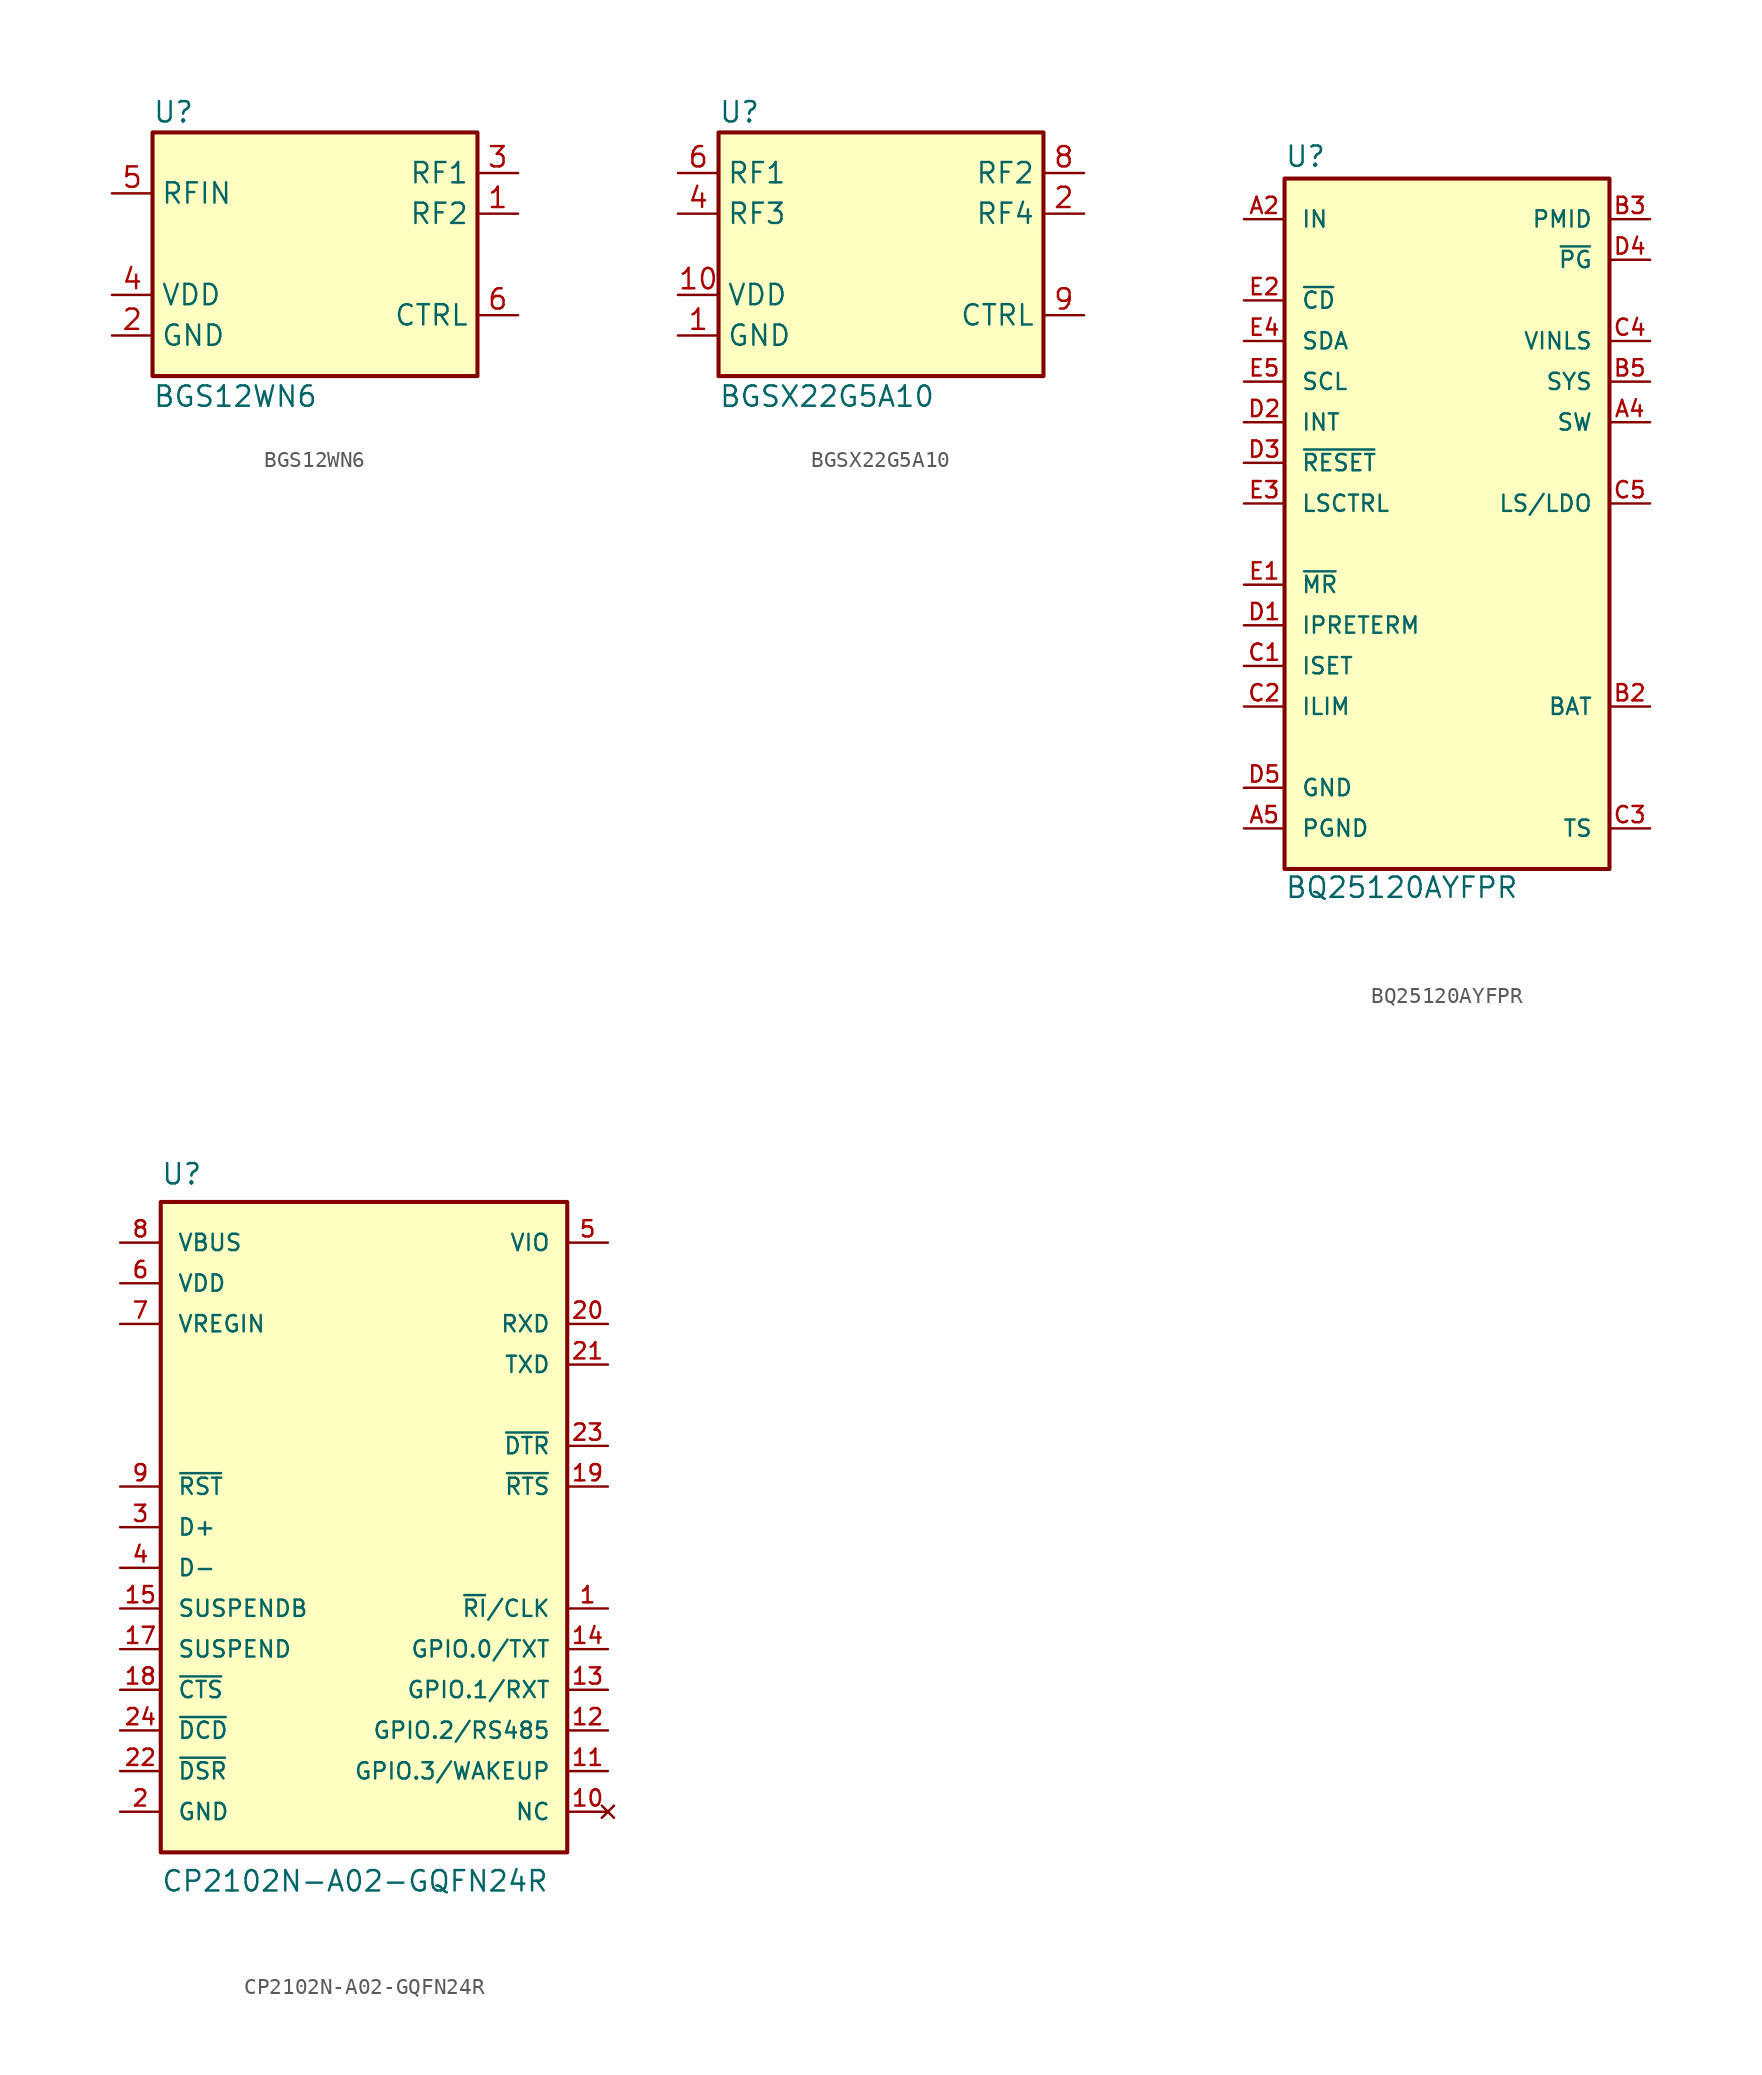
<source format=kicad_sym>
(kicad_symbol_lib
  (version 20241209)
  (generator "kicad_symbol_editor")
  (generator_version "9.0")
  (symbol "BGS12WN6"
    (property "Reference" "U"
      (at -10.16 8.89 0)
      (do_not_autoplace)
      (effects (font (size 1.27 1.27)) (justify left)))
    (property "Value" "BGS12WN6"
      (at -10.16 -8.89 0)
      (do_not_autoplace)
      (effects (font (size 1.27 1.27)) (justify left)))
    (symbol "BGS12WN6_0_0"
      (rectangle (start -10.16 7.62) (end 10.16 -7.62) (stroke (width 0.254) (type default)) (fill (type background))))
    (symbol "BGS12WN6_1_1"
      (pin bidirectional line (at -12.7 3.81 0) (length 2.54) (name "RFIN" (effects (font (size 1.27 1.27)))) (number "5" (effects (font (size 1.27 1.27)))))
      (pin power_in line (at -12.7 -2.54 0) (length 2.54) (name "VDD" (effects (font (size 1.27 1.27)))) (number "4" (effects (font (size 1.27 1.27)))))
      (pin passive line (at -12.7 -5.08 0) (length 2.54) (name "GND" (effects (font (size 1.27 1.27)))) (number "2" (effects (font (size 1.27 1.27)))))
      (pin bidirectional line (at 12.7 5.08 180) (length 2.54) (name "RF1" (effects (font (size 1.27 1.27)))) (number "3" (effects (font (size 1.27 1.27)))))
      (pin bidirectional line (at 12.7 2.54 180) (length 2.54) (name "RF2" (effects (font (size 1.27 1.27)))) (number "1" (effects (font (size 1.27 1.27)))))
      (pin input line (at 12.7 -3.81 180) (length 2.54) (name "CTRL" (effects (font (size 1.27 1.27)))) (number "6" (effects (font (size 1.27 1.27)))))))
  (symbol "BGSX22G5A10"
    (property "Reference" "U"
      (at -10.16 8.89 0)
      (do_not_autoplace)
      (effects (font (size 1.27 1.27)) (justify left)))
    (property "Value" "BGSX22G5A10"
      (at -10.16 -8.89 0)
      (do_not_autoplace)
      (effects (font (size 1.27 1.27)) (justify left)))
    (symbol "BGSX22G5A10_0_0"
      (rectangle (start -10.16 7.62) (end 10.16 -7.62) (stroke (width 0.254) (type default)) (fill (type background))))
    (symbol "BGSX22G5A10_1_1"
      (pin bidirectional line (at -12.7 5.08 0) (length 2.54) (name "RF1" (effects (font (size 1.27 1.27)))) (number "6" (effects (font (size 1.27 1.27)))))
      (pin bidirectional line (at -12.7 2.54 0) (length 2.54) (name "RF3" (effects (font (size 1.27 1.27)))) (number "4" (effects (font (size 1.27 1.27)))))
      (pin power_in line (at -12.7 -2.54 0) (length 2.54) (name "VDD" (effects (font (size 1.27 1.27)))) (number "10" (effects (font (size 1.27 1.27)))))
      (pin passive line (at -12.7 -5.08 0) (length 2.54) (name "GND" (effects (font (size 1.27 1.27)))) (number "1" (effects (font (size 1.27 1.27)))))
      (pin passive line (at -12.7 -5.08 0) (length 2.54) (hide yes) (name "GND" (effects (font (size 1.27 1.27)))) (number "3" (effects (font (size 1.27 1.27)))))
      (pin passive line (at -12.7 -5.08 0) (length 2.54) (hide yes) (name "GND" (effects (font (size 1.27 1.27)))) (number "5" (effects (font (size 1.27 1.27)))))
      (pin passive line (at -12.7 -5.08 0) (length 2.54) (hide yes) (name "GND" (effects (font (size 1.27 1.27)))) (number "7" (effects (font (size 1.27 1.27)))))
      (pin bidirectional line (at 12.7 5.08 180) (length 2.54) (name "RF2" (effects (font (size 1.27 1.27)))) (number "8" (effects (font (size 1.27 1.27)))))
      (pin bidirectional line (at 12.7 2.54 180) (length 2.54) (name "RF4" (effects (font (size 1.27 1.27)))) (number "2" (effects (font (size 1.27 1.27)))))
      (pin input line (at 12.7 -3.81 180) (length 2.54) (name "CTRL" (effects (font (size 1.27 1.27)))) (number "9" (effects (font (size 1.27 1.27)))))))
  (symbol "BQ25120AYFPR"
    (pin_names
      (offset 1.016))
    (property "Reference" "U"
      (at -10.16 22.225 0)
      (effects (font (size 1.27 1.27)) (justify left bottom)))
    (property "Value" "BQ25120AYFPR"
      (at -10.16 -23.495 0)
      (effects (font (size 1.27 1.27)) (justify left bottom)))
    (symbol "BQ25120AYFPR_0_0"
      (rectangle (start -10.16 21.59) (end 10.16 -21.59) (stroke (width 0.254) (type default)) (fill (type background)))
      (pin input line (at -12.7 19.05 0) (length 2.54) (name "IN" (effects (font (size 1.016 1.016)))) (number "A2" (effects (font (size 1.016 1.016)))))
      (pin input line (at -12.7 13.97 0) (length 2.54) (name "~{CD}" (effects (font (size 1.016 1.016)))) (number "E2" (effects (font (size 1.016 1.016)))))
      (pin bidirectional line (at -12.7 11.43 0) (length 2.54) (name "SDA" (effects (font (size 1.016 1.016)))) (number "E4" (effects (font (size 1.016 1.016)))))
      (pin output line (at -12.7 6.35 0) (length 2.54) (name "INT" (effects (font (size 1.016 1.016)))) (number "D2" (effects (font (size 1.016 1.016)))))
      (pin output line (at -12.7 3.81 0) (length 2.54) (name "~{RESET}" (effects (font (size 1.016 1.016)))) (number "D3" (effects (font (size 1.016 1.016)))))
      (pin input line (at -12.7 1.27 0) (length 2.54) (name "LSCTRL" (effects (font (size 1.016 1.016)))) (number "E3" (effects (font (size 1.016 1.016)))))
      (pin input line (at -12.7 -3.81 0) (length 2.54) (name "~{MR}" (effects (font (size 1.016 1.016)))) (number "E1" (effects (font (size 1.016 1.016)))))
      (pin input line (at -12.7 -6.35 0) (length 2.54) (name "IPRETERM" (effects (font (size 1.016 1.016)))) (number "D1" (effects (font (size 1.016 1.016)))))
      (pin input line (at -12.7 -8.89 0) (length 2.54) (name "ISET" (effects (font (size 1.016 1.016)))) (number "C1" (effects (font (size 1.016 1.016)))))
      (pin input line (at -12.7 -11.43 0) (length 2.54) (name "ILIM" (effects (font (size 1.016 1.016)))) (number "C2" (effects (font (size 1.016 1.016)))))
      (pin power_in line (at -12.7 -16.51 0) (length 2.54) (hide yes) (name "GND" (effects (font (size 1.016 1.016)))) (number "A1" (effects (font (size 1.016 1.016)))))
      (pin power_in line (at -12.7 -16.51 0) (length 2.54) (name "GND" (effects (font (size 1.016 1.016)))) (number "D5" (effects (font (size 1.016 1.016)))))
      (pin power_in line (at -12.7 -19.05 0) (length 2.54) (name "PGND" (effects (font (size 1.016 1.016)))) (number "A5" (effects (font (size 1.016 1.016)))))
      (pin bidirectional line (at 12.7 19.05 180) (length 2.54) (name "PMID" (effects (font (size 1.016 1.016)))) (number "B3" (effects (font (size 1.016 1.016)))))
      (pin output line (at 12.7 16.51 180) (length 2.54) (name "~{PG}" (effects (font (size 1.016 1.016)))) (number "D4" (effects (font (size 1.016 1.016)))))
      (pin input line (at 12.7 11.43 180) (length 2.54) (hide yes) (name "VINLS" (effects (font (size 1.016 1.016)))) (number "B4" (effects (font (size 1.016 1.016)))))
      (pin input line (at 12.7 11.43 180) (length 2.54) (name "VINLS" (effects (font (size 1.016 1.016)))) (number "C4" (effects (font (size 1.016 1.016)))))
      (pin input line (at 12.7 8.89 180) (length 2.54) (name "SYS" (effects (font (size 1.016 1.016)))) (number "B5" (effects (font (size 1.016 1.016)))))
      (pin output line (at 12.7 6.35 180) (length 2.54) (name "SW" (effects (font (size 1.016 1.016)))) (number "A4" (effects (font (size 1.016 1.016)))))
      (pin output line (at 12.7 1.27 180) (length 2.54) (name "LS/LDO" (effects (font (size 1.016 1.016)))) (number "C5" (effects (font (size 1.016 1.016)))))
      (pin bidirectional line (at 12.7 -11.43 180) (length 2.54) (name "BAT" (effects (font (size 1.016 1.016)))) (number "B2" (effects (font (size 1.016 1.016)))))
      (pin input line (at 12.7 -19.05 180) (length 2.54) (name "TS" (effects (font (size 1.016 1.016)))) (number "C3" (effects (font (size 1.016 1.016))))))
    (symbol "BQ25120AYFPR_1_0"
      (pin bidirectional line (at 12.7 19.05 180) (length 2.54) (hide yes) (name "PMID" (effects (font (size 1.016 1.016)))) (number "A3" (effects (font (size 1.016 1.016)))))
      (pin bidirectional line (at 12.7 -11.43 180) (length 2.54) (hide yes) (name "BAT" (effects (font (size 1.016 1.016)))) (number "B1" (effects (font (size 1.016 1.016))))))
    (symbol "BQ25120AYFPR_1_1"
      (pin input line (at -12.7 8.89 0) (length 2.54) (name "SCL" (effects (font (size 1.016 1.016)))) (number "E5" (effects (font (size 1.016 1.016)))))))
  (symbol "CP2102N-A02-GQFN24R"
    (pin_names
      (offset 1.016))
    (property "Reference" "U"
      (at -12.7 21.32 0)
      (do_not_autoplace)
      (effects (font (size 1.27 1.27)) (justify left bottom)))
    (property "Value" "CP2102N-A02-GQFN24R"
      (at -12.7 -22.86 0)
      (do_not_autoplace)
      (effects (font (size 1.27 1.27)) (justify left bottom)))
    (symbol "CP2102N-A02-GQFN24R_0_0"
      (rectangle (start -12.7 20.32) (end 12.7 -20.32) (stroke (width 0.254) (type default)) (fill (type background)))
      (pin input line (at -15.24 17.78 0) (length 2.54) (name "VBUS" (effects (font (size 1.016 1.016)))) (number "8" (effects (font (size 1.016 1.016)))))
      (pin power_in line (at -15.24 15.24 0) (length 2.54) (name "VDD" (effects (font (size 1.016 1.016)))) (number "6" (effects (font (size 1.016 1.016)))))
      (pin input line (at -15.24 12.7 0) (length 2.54) (name "VREGIN" (effects (font (size 1.016 1.016)))) (number "7" (effects (font (size 1.016 1.016)))))
      (pin bidirectional line (at -15.24 2.54 0) (length 2.54) (name "~{RST}" (effects (font (size 1.016 1.016)))) (number "9" (effects (font (size 1.016 1.016)))))
      (pin bidirectional line (at -15.24 0 0) (length 2.54) (name "D+" (effects (font (size 1.016 1.016)))) (number "3" (effects (font (size 1.016 1.016)))))
      (pin bidirectional line (at -15.24 -2.54 0) (length 2.54) (name "D-" (effects (font (size 1.016 1.016)))) (number "4" (effects (font (size 1.016 1.016)))))
      (pin output line (at -15.24 -5.08 0) (length 2.54) (name "SUSPENDB" (effects (font (size 1.016 1.016)))) (number "15" (effects (font (size 1.016 1.016)))))
      (pin output line (at -15.24 -7.62 0) (length 2.54) (name "SUSPEND" (effects (font (size 1.016 1.016)))) (number "17" (effects (font (size 1.016 1.016)))))
      (pin input line (at -15.24 -10.16 0) (length 2.54) (name "~{CTS}" (effects (font (size 1.016 1.016)))) (number "18" (effects (font (size 1.016 1.016)))))
      (pin input line (at -15.24 -12.7 0) (length 2.54) (name "~{DCD}" (effects (font (size 1.016 1.016)))) (number "24" (effects (font (size 1.016 1.016)))))
      (pin input line (at -15.24 -15.24 0) (length 2.54) (name "~{DSR}" (effects (font (size 1.016 1.016)))) (number "22" (effects (font (size 1.016 1.016)))))
      (pin power_in line (at -15.24 -17.78 0) (length 2.54) (name "GND" (effects (font (size 1.016 1.016)))) (number "2" (effects (font (size 1.016 1.016)))))
      (pin power_in line (at -15.24 -17.78 0) (length 2.54) (hide yes) (name "GND" (effects (font (size 1.016 1.016)))) (number "25" (effects (font (size 1.016 1.016)))))
      (pin power_in line (at 15.24 17.78 180) (length 2.54) (name "VIO" (effects (font (size 1.016 1.016)))) (number "5" (effects (font (size 1.016 1.016)))))
      (pin input line (at 15.24 12.7 180) (length 2.54) (name "RXD" (effects (font (size 1.016 1.016)))) (number "20" (effects (font (size 1.016 1.016)))))
      (pin output line (at 15.24 10.16 180) (length 2.54) (name "TXD" (effects (font (size 1.016 1.016)))) (number "21" (effects (font (size 1.016 1.016)))))
      (pin output line (at 15.24 5.08 180) (length 2.54) (name "~{DTR}" (effects (font (size 1.016 1.016)))) (number "23" (effects (font (size 1.016 1.016)))))
      (pin output line (at 15.24 2.54 180) (length 2.54) (name "~{RTS}" (effects (font (size 1.016 1.016)))) (number "19" (effects (font (size 1.016 1.016)))))
      (pin bidirectional line (at 15.24 -5.08 180) (length 2.54) (name "~{RI}/CLK" (effects (font (size 1.016 1.016)))) (number "1" (effects (font (size 1.016 1.016)))))
      (pin bidirectional line (at 15.24 -7.62 180) (length 2.54) (name "GPIO.0/TXT" (effects (font (size 1.016 1.016)))) (number "14" (effects (font (size 1.016 1.016)))))
      (pin bidirectional line (at 15.24 -10.16 180) (length 2.54) (name "GPIO.1/RXT" (effects (font (size 1.016 1.016)))) (number "13" (effects (font (size 1.016 1.016)))))
      (pin bidirectional line (at 15.24 -12.7 180) (length 2.54) (name "GPIO.2/RS485" (effects (font (size 1.016 1.016)))) (number "12" (effects (font (size 1.016 1.016)))))
      (pin bidirectional line (at 15.24 -15.24 180) (length 2.54) (name "GPIO.3/WAKEUP" (effects (font (size 1.016 1.016)))) (number "11" (effects (font (size 1.016 1.016)))))
      (pin no_connect line (at 15.24 -17.78 180) (length 2.54) (name "NC" (effects (font (size 1.016 1.016)))) (number "10" (effects (font (size 1.016 1.016)))))
      (pin no_connect line (at 15.24 -17.78 180) (length 2.54) (hide yes) (name "NC" (effects (font (size 1.016 1.016)))) (number "16" (effects (font (size 1.016 1.016))))))))
</source>
